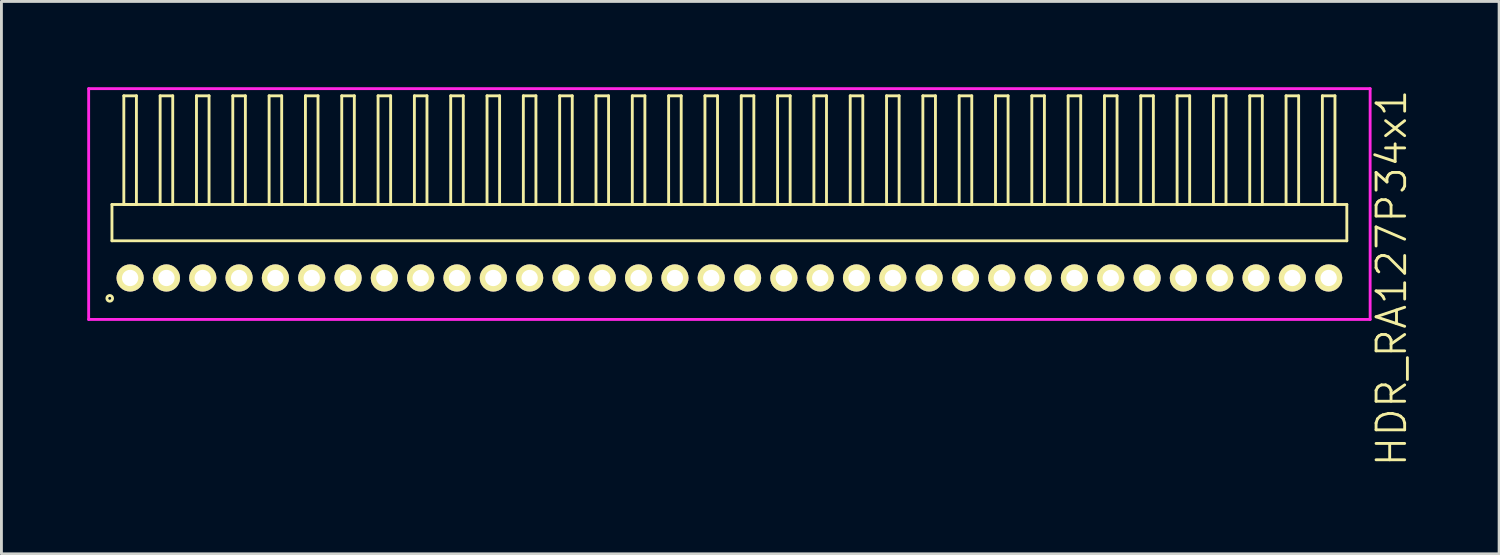
<source format=kicad_pcb>
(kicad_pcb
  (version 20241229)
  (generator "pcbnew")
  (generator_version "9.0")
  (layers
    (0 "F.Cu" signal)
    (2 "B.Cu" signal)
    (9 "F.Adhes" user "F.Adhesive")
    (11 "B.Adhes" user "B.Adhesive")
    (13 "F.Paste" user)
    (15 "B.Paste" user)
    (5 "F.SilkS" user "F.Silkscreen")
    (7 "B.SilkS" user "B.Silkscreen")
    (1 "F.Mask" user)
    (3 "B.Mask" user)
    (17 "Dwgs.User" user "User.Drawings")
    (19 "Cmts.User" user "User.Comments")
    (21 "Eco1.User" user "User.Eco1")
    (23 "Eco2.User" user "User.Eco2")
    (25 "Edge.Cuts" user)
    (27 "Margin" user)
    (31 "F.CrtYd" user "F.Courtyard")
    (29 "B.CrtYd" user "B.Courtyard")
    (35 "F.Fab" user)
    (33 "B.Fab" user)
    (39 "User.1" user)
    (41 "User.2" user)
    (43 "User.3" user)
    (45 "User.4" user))
  (footprint "HDR_RA127P34x1"
    (layer "F.Cu")
    (at 22.455 6.67)
    (property "Reference" "HDR_RA127P34x1" (at 23.155 0 90) (layer "F.SilkS") (effects (font (size 1 1) (thickness 0.1))))
    (attr through_hole)
    (fp_line (start -21.59 -2.57) (end -21.59 -1.3) (stroke (width 0.1) (type solid)) (layer "F.SilkS"))
    (fp_line (start -21.59 -1.3) (end 21.59 -1.3) (stroke (width 0.1) (type solid)) (layer "F.SilkS"))
    (fp_line (start -21.175 -6.37) (end -21.175 -2.57) (stroke (width 0.1) (type solid)) (layer "F.SilkS"))
    (fp_line (start -21.175 -2.57) (end -20.735 -2.57) (stroke (width 0.1) (type solid)) (layer "F.SilkS"))
    (fp_line (start -20.735 -6.37) (end -21.175 -6.37) (stroke (width 0.1) (type solid)) (layer "F.SilkS"))
    (fp_line (start -20.735 -2.57) (end -20.735 -6.37) (stroke (width 0.1) (type solid)) (layer "F.SilkS"))
    (fp_line (start -19.905 -6.37) (end -19.905 -2.57) (stroke (width 0.1) (type solid)) (layer "F.SilkS"))
    (fp_line (start -19.905 -2.57) (end -19.465 -2.57) (stroke (width 0.1) (type solid)) (layer "F.SilkS"))
    (fp_line (start -19.465 -6.37) (end -19.905 -6.37) (stroke (width 0.1) (type solid)) (layer "F.SilkS"))
    (fp_line (start -19.465 -2.57) (end -19.465 -6.37) (stroke (width 0.1) (type solid)) (layer "F.SilkS"))
    (fp_line (start -18.635 -6.37) (end -18.635 -2.57) (stroke (width 0.1) (type solid)) (layer "F.SilkS"))
    (fp_line (start -18.635 -2.57) (end -18.195 -2.57) (stroke (width 0.1) (type solid)) (layer "F.SilkS"))
    (fp_line (start -18.195 -6.37) (end -18.635 -6.37) (stroke (width 0.1) (type solid)) (layer "F.SilkS"))
    (fp_line (start -18.195 -2.57) (end -18.195 -6.37) (stroke (width 0.1) (type solid)) (layer "F.SilkS"))
    (fp_line (start -17.365 -6.37) (end -17.365 -2.57) (stroke (width 0.1) (type solid)) (layer "F.SilkS"))
    (fp_line (start -17.365 -2.57) (end -16.925 -2.57) (stroke (width 0.1) (type solid)) (layer "F.SilkS"))
    (fp_line (start -16.925 -6.37) (end -17.365 -6.37) (stroke (width 0.1) (type solid)) (layer "F.SilkS"))
    (fp_line (start -16.925 -2.57) (end -16.925 -6.37) (stroke (width 0.1) (type solid)) (layer "F.SilkS"))
    (fp_line (start -16.095 -6.37) (end -16.095 -2.57) (stroke (width 0.1) (type solid)) (layer "F.SilkS"))
    (fp_line (start -16.095 -2.57) (end -15.655 -2.57) (stroke (width 0.1) (type solid)) (layer "F.SilkS"))
    (fp_line (start -15.655 -6.37) (end -16.095 -6.37) (stroke (width 0.1) (type solid)) (layer "F.SilkS"))
    (fp_line (start -15.655 -2.57) (end -15.655 -6.37) (stroke (width 0.1) (type solid)) (layer "F.SilkS"))
    (fp_line (start -14.825 -6.37) (end -14.825 -2.57) (stroke (width 0.1) (type solid)) (layer "F.SilkS"))
    (fp_line (start -14.825 -2.57) (end -14.385 -2.57) (stroke (width 0.1) (type solid)) (layer "F.SilkS"))
    (fp_line (start -14.385 -6.37) (end -14.825 -6.37) (stroke (width 0.1) (type solid)) (layer "F.SilkS"))
    (fp_line (start -14.385 -2.57) (end -14.385 -6.37) (stroke (width 0.1) (type solid)) (layer "F.SilkS"))
    (fp_line (start -13.555 -6.37) (end -13.555 -2.57) (stroke (width 0.1) (type solid)) (layer "F.SilkS"))
    (fp_line (start -13.555 -2.57) (end -13.115 -2.57) (stroke (width 0.1) (type solid)) (layer "F.SilkS"))
    (fp_line (start -13.115 -6.37) (end -13.555 -6.37) (stroke (width 0.1) (type solid)) (layer "F.SilkS"))
    (fp_line (start -13.115 -2.57) (end -13.115 -6.37) (stroke (width 0.1) (type solid)) (layer "F.SilkS"))
    (fp_line (start -12.285 -6.37) (end -12.285 -2.57) (stroke (width 0.1) (type solid)) (layer "F.SilkS"))
    (fp_line (start -12.285 -2.57) (end -11.845 -2.57) (stroke (width 0.1) (type solid)) (layer "F.SilkS"))
    (fp_line (start -11.845 -6.37) (end -12.285 -6.37) (stroke (width 0.1) (type solid)) (layer "F.SilkS"))
    (fp_line (start -11.845 -2.57) (end -11.845 -6.37) (stroke (width 0.1) (type solid)) (layer "F.SilkS"))
    (fp_line (start -11.015 -6.37) (end -11.015 -2.57) (stroke (width 0.1) (type solid)) (layer "F.SilkS"))
    (fp_line (start -11.015 -2.57) (end -10.575 -2.57) (stroke (width 0.1) (type solid)) (layer "F.SilkS"))
    (fp_line (start -10.575 -6.37) (end -11.015 -6.37) (stroke (width 0.1) (type solid)) (layer "F.SilkS"))
    (fp_line (start -10.575 -2.57) (end -10.575 -6.37) (stroke (width 0.1) (type solid)) (layer "F.SilkS"))
    (fp_line (start -9.745 -6.37) (end -9.745 -2.57) (stroke (width 0.1) (type solid)) (layer "F.SilkS"))
    (fp_line (start -9.745 -2.57) (end -9.305 -2.57) (stroke (width 0.1) (type solid)) (layer "F.SilkS"))
    (fp_line (start -9.305 -6.37) (end -9.745 -6.37) (stroke (width 0.1) (type solid)) (layer "F.SilkS"))
    (fp_line (start -9.305 -2.57) (end -9.305 -6.37) (stroke (width 0.1) (type solid)) (layer "F.SilkS"))
    (fp_line (start -8.475 -6.37) (end -8.475 -2.57) (stroke (width 0.1) (type solid)) (layer "F.SilkS"))
    (fp_line (start -8.475 -2.57) (end -8.035 -2.57) (stroke (width 0.1) (type solid)) (layer "F.SilkS"))
    (fp_line (start -8.035 -6.37) (end -8.475 -6.37) (stroke (width 0.1) (type solid)) (layer "F.SilkS"))
    (fp_line (start -8.035 -2.57) (end -8.035 -6.37) (stroke (width 0.1) (type solid)) (layer "F.SilkS"))
    (fp_line (start -7.205 -6.37) (end -7.205 -2.57) (stroke (width 0.1) (type solid)) (layer "F.SilkS"))
    (fp_line (start -7.205 -2.57) (end -6.765 -2.57) (stroke (width 0.1) (type solid)) (layer "F.SilkS"))
    (fp_line (start -6.765 -6.37) (end -7.205 -6.37) (stroke (width 0.1) (type solid)) (layer "F.SilkS"))
    (fp_line (start -6.765 -2.57) (end -6.765 -6.37) (stroke (width 0.1) (type solid)) (layer "F.SilkS"))
    (fp_line (start -5.935 -6.37) (end -5.935 -2.57) (stroke (width 0.1) (type solid)) (layer "F.SilkS"))
    (fp_line (start -5.935 -2.57) (end -5.495 -2.57) (stroke (width 0.1) (type solid)) (layer "F.SilkS"))
    (fp_line (start -5.495 -6.37) (end -5.935 -6.37) (stroke (width 0.1) (type solid)) (layer "F.SilkS"))
    (fp_line (start -5.495 -2.57) (end -5.495 -6.37) (stroke (width 0.1) (type solid)) (layer "F.SilkS"))
    (fp_line (start -4.665 -6.37) (end -4.665 -2.57) (stroke (width 0.1) (type solid)) (layer "F.SilkS"))
    (fp_line (start -4.665 -2.57) (end -4.225 -2.57) (stroke (width 0.1) (type solid)) (layer "F.SilkS"))
    (fp_line (start -4.225 -6.37) (end -4.665 -6.37) (stroke (width 0.1) (type solid)) (layer "F.SilkS"))
    (fp_line (start -4.225 -2.57) (end -4.225 -6.37) (stroke (width 0.1) (type solid)) (layer "F.SilkS"))
    (fp_line (start -3.395 -6.37) (end -3.395 -2.57) (stroke (width 0.1) (type solid)) (layer "F.SilkS"))
    (fp_line (start -3.395 -2.57) (end -2.955 -2.57) (stroke (width 0.1) (type solid)) (layer "F.SilkS"))
    (fp_line (start -2.955 -6.37) (end -3.395 -6.37) (stroke (width 0.1) (type solid)) (layer "F.SilkS"))
    (fp_line (start -2.955 -2.57) (end -2.955 -6.37) (stroke (width 0.1) (type solid)) (layer "F.SilkS"))
    (fp_line (start -2.125 -6.37) (end -2.125 -2.57) (stroke (width 0.1) (type solid)) (layer "F.SilkS"))
    (fp_line (start -2.125 -2.57) (end -1.685 -2.57) (stroke (width 0.1) (type solid)) (layer "F.SilkS"))
    (fp_line (start -1.685 -6.37) (end -2.125 -6.37) (stroke (width 0.1) (type solid)) (layer "F.SilkS"))
    (fp_line (start -1.685 -2.57) (end -1.685 -6.37) (stroke (width 0.1) (type solid)) (layer "F.SilkS"))
    (fp_line (start -0.855 -6.37) (end -0.855 -2.57) (stroke (width 0.1) (type solid)) (layer "F.SilkS"))
    (fp_line (start -0.855 -2.57) (end -0.415 -2.57) (stroke (width 0.1) (type solid)) (layer "F.SilkS"))
    (fp_line (start -0.415 -6.37) (end -0.855 -6.37) (stroke (width 0.1) (type solid)) (layer "F.SilkS"))
    (fp_line (start -0.415 -2.57) (end -0.415 -6.37) (stroke (width 0.1) (type solid)) (layer "F.SilkS"))
    (fp_line (start 0.415 -6.37) (end 0.415 -2.57) (stroke (width 0.1) (type solid)) (layer "F.SilkS"))
    (fp_line (start 0.415 -2.57) (end 0.855 -2.57) (stroke (width 0.1) (type solid)) (layer "F.SilkS"))
    (fp_line (start 0.855 -6.37) (end 0.415 -6.37) (stroke (width 0.1) (type solid)) (layer "F.SilkS"))
    (fp_line (start 0.855 -2.57) (end 0.855 -6.37) (stroke (width 0.1) (type solid)) (layer "F.SilkS"))
    (fp_line (start 1.685 -6.37) (end 1.685 -2.57) (stroke (width 0.1) (type solid)) (layer "F.SilkS"))
    (fp_line (start 1.685 -2.57) (end 2.125 -2.57) (stroke (width 0.1) (type solid)) (layer "F.SilkS"))
    (fp_line (start 2.125 -6.37) (end 1.685 -6.37) (stroke (width 0.1) (type solid)) (layer "F.SilkS"))
    (fp_line (start 2.125 -2.57) (end 2.125 -6.37) (stroke (width 0.1) (type solid)) (layer "F.SilkS"))
    (fp_line (start 2.955 -6.37) (end 2.955 -2.57) (stroke (width 0.1) (type solid)) (layer "F.SilkS"))
    (fp_line (start 2.955 -2.57) (end 3.395 -2.57) (stroke (width 0.1) (type solid)) (layer "F.SilkS"))
    (fp_line (start 3.395 -6.37) (end 2.955 -6.37) (stroke (width 0.1) (type solid)) (layer "F.SilkS"))
    (fp_line (start 3.395 -2.57) (end 3.395 -6.37) (stroke (width 0.1) (type solid)) (layer "F.SilkS"))
    (fp_line (start 4.225 -6.37) (end 4.225 -2.57) (stroke (width 0.1) (type solid)) (layer "F.SilkS"))
    (fp_line (start 4.225 -2.57) (end 4.665 -2.57) (stroke (width 0.1) (type solid)) (layer "F.SilkS"))
    (fp_line (start 4.665 -6.37) (end 4.225 -6.37) (stroke (width 0.1) (type solid)) (layer "F.SilkS"))
    (fp_line (start 4.665 -2.57) (end 4.665 -6.37) (stroke (width 0.1) (type solid)) (layer "F.SilkS"))
    (fp_line (start 5.495 -6.37) (end 5.495 -2.57) (stroke (width 0.1) (type solid)) (layer "F.SilkS"))
    (fp_line (start 5.495 -2.57) (end 5.935 -2.57) (stroke (width 0.1) (type solid)) (layer "F.SilkS"))
    (fp_line (start 5.935 -6.37) (end 5.495 -6.37) (stroke (width 0.1) (type solid)) (layer "F.SilkS"))
    (fp_line (start 5.935 -2.57) (end 5.935 -6.37) (stroke (width 0.1) (type solid)) (layer "F.SilkS"))
    (fp_line (start 6.765 -6.37) (end 6.765 -2.57) (stroke (width 0.1) (type solid)) (layer "F.SilkS"))
    (fp_line (start 6.765 -2.57) (end 7.205 -2.57) (stroke (width 0.1) (type solid)) (layer "F.SilkS"))
    (fp_line (start 7.205 -6.37) (end 6.765 -6.37) (stroke (width 0.1) (type solid)) (layer "F.SilkS"))
    (fp_line (start 7.205 -2.57) (end 7.205 -6.37) (stroke (width 0.1) (type solid)) (layer "F.SilkS"))
    (fp_line (start 8.035 -6.37) (end 8.035 -2.57) (stroke (width 0.1) (type solid)) (layer "F.SilkS"))
    (fp_line (start 8.035 -2.57) (end 8.475 -2.57) (stroke (width 0.1) (type solid)) (layer "F.SilkS"))
    (fp_line (start 8.475 -6.37) (end 8.035 -6.37) (stroke (width 0.1) (type solid)) (layer "F.SilkS"))
    (fp_line (start 8.475 -2.57) (end 8.475 -6.37) (stroke (width 0.1) (type solid)) (layer "F.SilkS"))
    (fp_line (start 9.305 -6.37) (end 9.305 -2.57) (stroke (width 0.1) (type solid)) (layer "F.SilkS"))
    (fp_line (start 9.305 -2.57) (end 9.745 -2.57) (stroke (width 0.1) (type solid)) (layer "F.SilkS"))
    (fp_line (start 9.745 -6.37) (end 9.305 -6.37) (stroke (width 0.1) (type solid)) (layer "F.SilkS"))
    (fp_line (start 9.745 -2.57) (end 9.745 -6.37) (stroke (width 0.1) (type solid)) (layer "F.SilkS"))
    (fp_line (start 10.575 -6.37) (end 10.575 -2.57) (stroke (width 0.1) (type solid)) (layer "F.SilkS"))
    (fp_line (start 10.575 -2.57) (end 11.015 -2.57) (stroke (width 0.1) (type solid)) (layer "F.SilkS"))
    (fp_line (start 11.015 -6.37) (end 10.575 -6.37) (stroke (width 0.1) (type solid)) (layer "F.SilkS"))
    (fp_line (start 11.015 -2.57) (end 11.015 -6.37) (stroke (width 0.1) (type solid)) (layer "F.SilkS"))
    (fp_line (start 11.845 -6.37) (end 11.845 -2.57) (stroke (width 0.1) (type solid)) (layer "F.SilkS"))
    (fp_line (start 11.845 -2.57) (end 12.285 -2.57) (stroke (width 0.1) (type solid)) (layer "F.SilkS"))
    (fp_line (start 12.285 -6.37) (end 11.845 -6.37) (stroke (width 0.1) (type solid)) (layer "F.SilkS"))
    (fp_line (start 12.285 -2.57) (end 12.285 -6.37) (stroke (width 0.1) (type solid)) (layer "F.SilkS"))
    (fp_line (start 13.115 -6.37) (end 13.115 -2.57) (stroke (width 0.1) (type solid)) (layer "F.SilkS"))
    (fp_line (start 13.115 -2.57) (end 13.555 -2.57) (stroke (width 0.1) (type solid)) (layer "F.SilkS"))
    (fp_line (start 13.555 -6.37) (end 13.115 -6.37) (stroke (width 0.1) (type solid)) (layer "F.SilkS"))
    (fp_line (start 13.555 -2.57) (end 13.555 -6.37) (stroke (width 0.1) (type solid)) (layer "F.SilkS"))
    (fp_line (start 14.385 -6.37) (end 14.385 -2.57) (stroke (width 0.1) (type solid)) (layer "F.SilkS"))
    (fp_line (start 14.385 -2.57) (end 14.825 -2.57) (stroke (width 0.1) (type solid)) (layer "F.SilkS"))
    (fp_line (start 14.825 -6.37) (end 14.385 -6.37) (stroke (width 0.1) (type solid)) (layer "F.SilkS"))
    (fp_line (start 14.825 -2.57) (end 14.825 -6.37) (stroke (width 0.1) (type solid)) (layer "F.SilkS"))
    (fp_line (start 15.655 -6.37) (end 15.655 -2.57) (stroke (width 0.1) (type solid)) (layer "F.SilkS"))
    (fp_line (start 15.655 -2.57) (end 16.095 -2.57) (stroke (width 0.1) (type solid)) (layer "F.SilkS"))
    (fp_line (start 16.095 -6.37) (end 15.655 -6.37) (stroke (width 0.1) (type solid)) (layer "F.SilkS"))
    (fp_line (start 16.095 -2.57) (end 16.095 -6.37) (stroke (width 0.1) (type solid)) (layer "F.SilkS"))
    (fp_line (start 16.925 -6.37) (end 16.925 -2.57) (stroke (width 0.1) (type solid)) (layer "F.SilkS"))
    (fp_line (start 16.925 -2.57) (end 17.365 -2.57) (stroke (width 0.1) (type solid)) (layer "F.SilkS"))
    (fp_line (start 17.365 -6.37) (end 16.925 -6.37) (stroke (width 0.1) (type solid)) (layer "F.SilkS"))
    (fp_line (start 17.365 -2.57) (end 17.365 -6.37) (stroke (width 0.1) (type solid)) (layer "F.SilkS"))
    (fp_line (start 18.195 -6.37) (end 18.195 -2.57) (stroke (width 0.1) (type solid)) (layer "F.SilkS"))
    (fp_line (start 18.195 -2.57) (end 18.635 -2.57) (stroke (width 0.1) (type solid)) (layer "F.SilkS"))
    (fp_line (start 18.635 -6.37) (end 18.195 -6.37) (stroke (width 0.1) (type solid)) (layer "F.SilkS"))
    (fp_line (start 18.635 -2.57) (end 18.635 -6.37) (stroke (width 0.1) (type solid)) (layer "F.SilkS"))
    (fp_line (start 19.465 -6.37) (end 19.465 -2.57) (stroke (width 0.1) (type solid)) (layer "F.SilkS"))
    (fp_line (start 19.465 -2.57) (end 19.905 -2.57) (stroke (width 0.1) (type solid)) (layer "F.SilkS"))
    (fp_line (start 19.905 -6.37) (end 19.465 -6.37) (stroke (width 0.1) (type solid)) (layer "F.SilkS"))
    (fp_line (start 19.905 -2.57) (end 19.905 -6.37) (stroke (width 0.1) (type solid)) (layer "F.SilkS"))
    (fp_line (start 20.735 -6.37) (end 20.735 -2.57) (stroke (width 0.1) (type solid)) (layer "F.SilkS"))
    (fp_line (start 20.735 -2.57) (end 21.175 -2.57) (stroke (width 0.1) (type solid)) (layer "F.SilkS"))
    (fp_line (start 21.175 -6.37) (end 20.735 -6.37) (stroke (width 0.1) (type solid)) (layer "F.SilkS"))
    (fp_line (start 21.175 -2.57) (end 21.175 -6.37) (stroke (width 0.1) (type solid)) (layer "F.SilkS"))
    (fp_line (start 21.59 -2.57) (end -21.59 -2.57) (stroke (width 0.1) (type solid)) (layer "F.SilkS"))
    (fp_line (start 21.59 -1.3) (end 21.59 -2.57) (stroke (width 0.1) (type solid)) (layer "F.SilkS"))
    (fp_circle (center -21.668 0.712) (end -21.568 0.712) (stroke (width 0.1) (type solid)) (fill no) (layer "F.SilkS"))
    (fp_line (start -22.405 -6.62) (end -22.405 1.45) (stroke (width 0.1) (type solid)) (layer "F.CrtYd"))
    (fp_line (start -22.405 1.45) (end 22.405 1.45) (stroke (width 0.1) (type solid)) (layer "F.CrtYd"))
    (fp_line (start 22.405 -6.62) (end -22.405 -6.62) (stroke (width 0.1) (type solid)) (layer "F.CrtYd"))
    (fp_line (start 22.405 1.45) (end 22.405 -6.62) (stroke (width 0.1) (type solid)) (layer "F.CrtYd"))
    (pad "1" thru_hole oval (at -20.955 0) (size 0.95 0.95) (drill 0.57) (layers "*.Cu" "*.Mask" "F.SilkS"))
    (pad "2" thru_hole oval (at -19.685 0) (size 0.95 0.95) (drill 0.57) (layers "*.Cu" "*.Mask" "F.SilkS"))
    (pad "3" thru_hole oval (at -18.415 0) (size 0.95 0.95) (drill 0.57) (layers "*.Cu" "*.Mask" "F.SilkS"))
    (pad "4" thru_hole oval (at -17.145 0) (size 0.95 0.95) (drill 0.57) (layers "*.Cu" "*.Mask" "F.SilkS"))
    (pad "5" thru_hole oval (at -15.875 0) (size 0.95 0.95) (drill 0.57) (layers "*.Cu" "*.Mask" "F.SilkS"))
    (pad "6" thru_hole oval (at -14.605 0) (size 0.95 0.95) (drill 0.57) (layers "*.Cu" "*.Mask" "F.SilkS"))
    (pad "7" thru_hole oval (at -13.335 0) (size 0.95 0.95) (drill 0.57) (layers "*.Cu" "*.Mask" "F.SilkS"))
    (pad "8" thru_hole oval (at -12.065 0) (size 0.95 0.95) (drill 0.57) (layers "*.Cu" "*.Mask" "F.SilkS"))
    (pad "9" thru_hole oval (at -10.795 0) (size 0.95 0.95) (drill 0.57) (layers "*.Cu" "*.Mask" "F.SilkS"))
    (pad "10" thru_hole oval (at -9.525 0) (size 0.95 0.95) (drill 0.57) (layers "*.Cu" "*.Mask" "F.SilkS"))
    (pad "11" thru_hole oval (at -8.255 0) (size 0.95 0.95) (drill 0.57) (layers "*.Cu" "*.Mask" "F.SilkS"))
    (pad "12" thru_hole oval (at -6.985 0) (size 0.95 0.95) (drill 0.57) (layers "*.Cu" "*.Mask" "F.SilkS"))
    (pad "13" thru_hole oval (at -5.715 0) (size 0.95 0.95) (drill 0.57) (layers "*.Cu" "*.Mask" "F.SilkS"))
    (pad "14" thru_hole oval (at -4.445 0) (size 0.95 0.95) (drill 0.57) (layers "*.Cu" "*.Mask" "F.SilkS"))
    (pad "15" thru_hole oval (at -3.175 0) (size 0.95 0.95) (drill 0.57) (layers "*.Cu" "*.Mask" "F.SilkS"))
    (pad "16" thru_hole oval (at -1.905 0) (size 0.95 0.95) (drill 0.57) (layers "*.Cu" "*.Mask" "F.SilkS"))
    (pad "17" thru_hole oval (at -0.635 0) (size 0.95 0.95) (drill 0.57) (layers "*.Cu" "*.Mask" "F.SilkS"))
    (pad "18" thru_hole oval (at 0.635 0) (size 0.95 0.95) (drill 0.57) (layers "*.Cu" "*.Mask" "F.SilkS"))
    (pad "19" thru_hole oval (at 1.905 0) (size 0.95 0.95) (drill 0.57) (layers "*.Cu" "*.Mask" "F.SilkS"))
    (pad "20" thru_hole oval (at 3.175 0) (size 0.95 0.95) (drill 0.57) (layers "*.Cu" "*.Mask" "F.SilkS"))
    (pad "21" thru_hole oval (at 4.445 0) (size 0.95 0.95) (drill 0.57) (layers "*.Cu" "*.Mask" "F.SilkS"))
    (pad "22" thru_hole oval (at 5.715 0) (size 0.95 0.95) (drill 0.57) (layers "*.Cu" "*.Mask" "F.SilkS"))
    (pad "23" thru_hole oval (at 6.985 0) (size 0.95 0.95) (drill 0.57) (layers "*.Cu" "*.Mask" "F.SilkS"))
    (pad "24" thru_hole oval (at 8.255 0) (size 0.95 0.95) (drill 0.57) (layers "*.Cu" "*.Mask" "F.SilkS"))
    (pad "25" thru_hole oval (at 9.525 0) (size 0.95 0.95) (drill 0.57) (layers "*.Cu" "*.Mask" "F.SilkS"))
    (pad "26" thru_hole oval (at 10.795 0) (size 0.95 0.95) (drill 0.57) (layers "*.Cu" "*.Mask" "F.SilkS"))
    (pad "27" thru_hole oval (at 12.065 0) (size 0.95 0.95) (drill 0.57) (layers "*.Cu" "*.Mask" "F.SilkS"))
    (pad "28" thru_hole oval (at 13.335 0) (size 0.95 0.95) (drill 0.57) (layers "*.Cu" "*.Mask" "F.SilkS"))
    (pad "29" thru_hole oval (at 14.605 0) (size 0.95 0.95) (drill 0.57) (layers "*.Cu" "*.Mask" "F.SilkS"))
    (pad "30" thru_hole oval (at 15.875 0) (size 0.95 0.95) (drill 0.57) (layers "*.Cu" "*.Mask" "F.SilkS"))
    (pad "31" thru_hole oval (at 17.145 0) (size 0.95 0.95) (drill 0.57) (layers "*.Cu" "*.Mask" "F.SilkS"))
    (pad "32" thru_hole oval (at 18.415 0) (size 0.95 0.95) (drill 0.57) (layers "*.Cu" "*.Mask" "F.SilkS"))
    (pad "33" thru_hole oval (at 19.685 0) (size 0.95 0.95) (drill 0.57) (layers "*.Cu" "*.Mask" "F.SilkS"))
    (pad "34" thru_hole oval (at 20.955 0) (size 0.95 0.95) (drill 0.57) (layers "*.Cu" "*.Mask" "F.SilkS")))
  (gr_rect
    (start -3 -3)
    (end 49.37 16.315)
    (stroke (width 0.1) (type default))
    (fill no)
    (layer "Edge.Cuts")))
</source>
